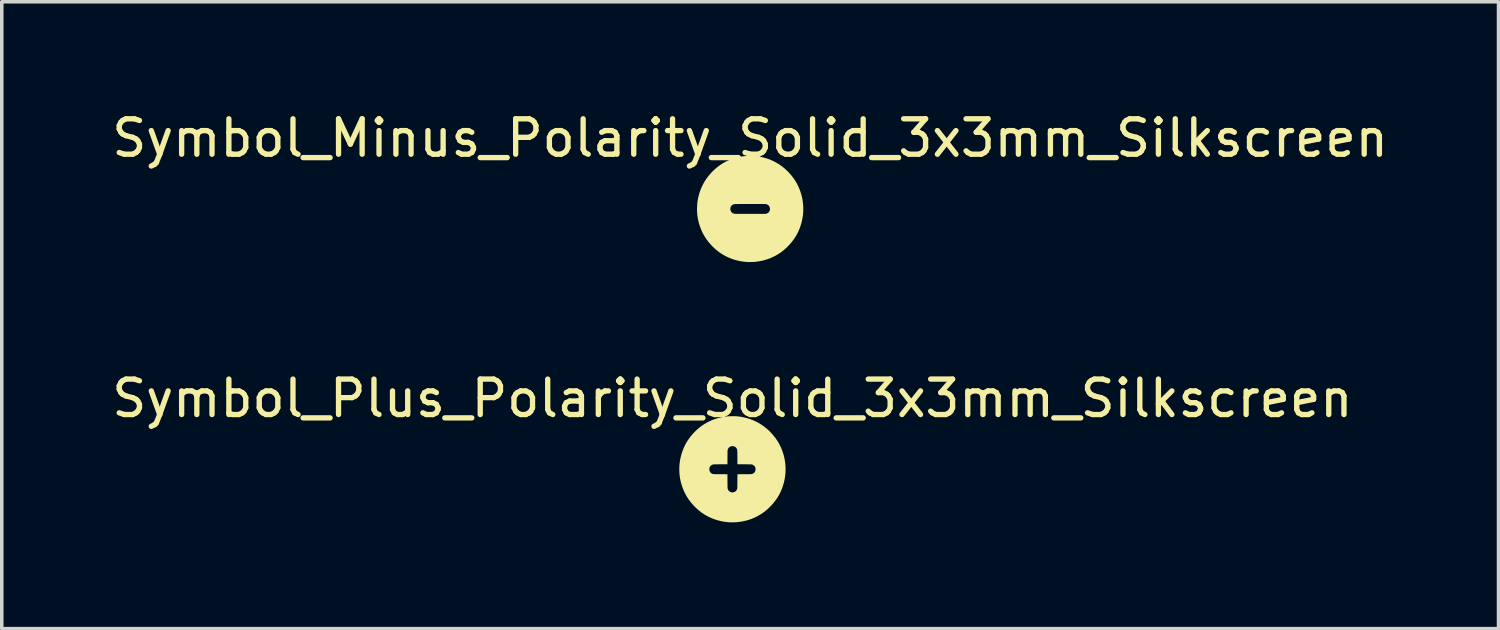
<source format=kicad_pcb>
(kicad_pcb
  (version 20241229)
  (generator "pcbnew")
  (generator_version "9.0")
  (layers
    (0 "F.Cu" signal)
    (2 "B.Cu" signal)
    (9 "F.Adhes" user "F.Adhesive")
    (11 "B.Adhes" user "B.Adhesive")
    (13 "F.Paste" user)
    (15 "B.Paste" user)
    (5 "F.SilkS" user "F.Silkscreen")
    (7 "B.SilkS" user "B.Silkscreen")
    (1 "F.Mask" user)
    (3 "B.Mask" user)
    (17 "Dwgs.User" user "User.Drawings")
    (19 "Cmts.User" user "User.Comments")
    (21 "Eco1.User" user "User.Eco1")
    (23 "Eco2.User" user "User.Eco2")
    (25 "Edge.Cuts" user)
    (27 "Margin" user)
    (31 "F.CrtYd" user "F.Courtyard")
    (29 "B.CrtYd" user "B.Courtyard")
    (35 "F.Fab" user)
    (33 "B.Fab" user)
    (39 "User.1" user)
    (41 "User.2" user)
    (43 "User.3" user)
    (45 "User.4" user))
  (footprint "Symbol_Minus_Polarity_Solid_3x3mm_Silkscreen"
    (layer "F.Cu")
    (at 18.125 2.848)
    (property "Reference" "Symbol_Minus_Polarity_Solid_3x3mm_Silkscreen" (at 0 -2 0) (layer "F.SilkS") (effects (font (size 1 1) (thickness 0.15))))
    (attr exclude_from_pos_files exclude_from_bom allow_missing_courtyard)
    (fp_poly (pts (xy 0.055 -1.498) (xy 0.106 -1.496) (xy 0.155 -1.492) (xy 0.204 -1.486) (xy 0.255 -1.478) (xy 0.295 -1.47) (xy 0.389 -1.449) (xy 0.481 -1.421) (xy 0.57 -1.389) (xy 0.657 -1.35) (xy 0.74 -1.306) (xy 0.821 -1.257) (xy 0.899 -1.202) (xy 0.973 -1.142) (xy 1.043 -1.078) (xy 1.093 -1.027) (xy 1.155 -0.956) (xy 1.211 -0.886) (xy 1.261 -0.814) (xy 1.307 -0.74) (xy 1.347 -0.663) (xy 1.383 -0.584) (xy 1.415 -0.5) (xy 1.443 -0.413) (xy 1.45 -0.388) (xy 1.47 -0.302) (xy 1.485 -0.213) (xy 1.495 -0.123) (xy 1.5 -0.032) (xy 1.499 0.06) (xy 1.493 0.151) (xy 1.481 0.24) (xy 1.464 0.328) (xy 1.45 0.388) (xy 1.422 0.478) (xy 1.391 0.564) (xy 1.356 0.645) (xy 1.316 0.724) (xy 1.271 0.799) (xy 1.22 0.873) (xy 1.165 0.945) (xy 1.103 1.016) (xy 1.094 1.025) (xy 1.026 1.094) (xy 0.954 1.158) (xy 0.879 1.217) (xy 0.801 1.27) (xy 0.719 1.318) (xy 0.635 1.36) (xy 0.548 1.398) (xy 0.458 1.429) (xy 0.365 1.455) (xy 0.271 1.475) (xy 0.174 1.489) (xy 0.144 1.493) (xy 0.129 1.494) (xy 0.11 1.495) (xy 0.088 1.496) (xy 0.064 1.497) (xy 0.039 1.498) (xy 0.014 1.498) (xy -0.01 1.499) (xy -0.031 1.499) (xy -0.049 1.499) (xy -0.062 1.499) (xy -0.067 1.498) (xy -0.075 1.498) (xy -0.087 1.497) (xy -0.103 1.496) (xy -0.12 1.494) (xy -0.127 1.494) (xy -0.215 1.484) (xy -0.304 1.469) (xy -0.394 1.447) (xy -0.482 1.421) (xy -0.568 1.389) (xy -0.652 1.352) (xy -0.714 1.321) (xy -0.788 1.278) (xy -0.861 1.23) (xy -0.932 1.176) (xy -1 1.118) (xy -1.065 1.056) (xy -1.126 0.99) (xy -1.184 0.921) (xy -1.237 0.85) (xy -1.285 0.776) (xy -1.328 0.701) (xy -1.363 0.63) (xy -1.4 0.54) (xy -1.431 0.451) (xy -1.457 0.361) (xy -1.476 0.272) (xy -1.49 0.181) (xy -1.498 0.089) (xy -1.5 -0.000001) (xy -1.5 -0.01) (xy -0.559 -0.01) (xy -0.559 0.016) (xy -0.553 0.042) (xy -0.543 0.066) (xy -0.529 0.088) (xy -0.512 0.106) (xy -0.492 0.12) (xy -0.475 0.127) (xy -0.456 0.133) (xy -0.439 0.138) (xy -0.433 0.138) (xy -0.429 0.139) (xy -0.419 0.139) (xy -0.403 0.139) (xy -0.382 0.139) (xy -0.357 0.139) (xy -0.327 0.139) (xy -0.293 0.139) (xy -0.255 0.139) (xy -0.214 0.139) (xy -0.17 0.139) (xy -0.123 0.139) (xy -0.075 0.139) (xy -0.024 0.139) (xy 0.009 0.139) (xy 0.442 0.139) (xy 0.463 0.132) (xy 0.49 0.121) (xy 0.512 0.106) (xy 0.529 0.089) (xy 0.543 0.067) (xy 0.553 0.041) (xy 0.555 0.036) (xy 0.56 0.009) (xy 0.559 -0.018) (xy 0.555 -0.036) (xy 0.544 -0.064) (xy 0.53 -0.087) (xy 0.513 -0.105) (xy 0.49 -0.12) (xy 0.463 -0.132) (xy 0.458 -0.133) (xy 0.455 -0.134) (xy 0.452 -0.135) (xy 0.448 -0.136) (xy 0.443 -0.136) (xy 0.437 -0.137) (xy 0.429 -0.137) (xy 0.419 -0.137) (xy 0.406 -0.138) (xy 0.391 -0.138) (xy 0.374 -0.138) (xy 0.353 -0.139) (xy 0.328 -0.139) (xy 0.3 -0.139) (xy 0.267 -0.139) (xy 0.23 -0.139) (xy 0.188 -0.139) (xy 0.14 -0.139) (xy 0.088 -0.139) (xy 0.029 -0.139) (xy -0.000001 -0.139) (xy -0.061 -0.139) (xy -0.117 -0.139) (xy -0.166 -0.139) (xy -0.211 -0.139) (xy -0.25 -0.139) (xy -0.285 -0.139) (xy -0.315 -0.139) (xy -0.342 -0.139) (xy -0.364 -0.138) (xy -0.384 -0.138) (xy -0.4 -0.138) (xy -0.413 -0.138) (xy -0.424 -0.137) (xy -0.433 -0.137) (xy -0.44 -0.136) (xy -0.446 -0.136) (xy -0.45 -0.135) (xy -0.453 -0.134) (xy -0.456 -0.134) (xy -0.458 -0.133) (xy -0.486 -0.122) (xy -0.51 -0.108) (xy -0.528 -0.089) (xy -0.543 -0.067) (xy -0.554 -0.04) (xy -0.555 -0.036) (xy -0.559 -0.01) (xy -1.5 -0.01) (xy -1.497 -0.094) (xy -1.489 -0.186) (xy -1.475 -0.276) (xy -1.455 -0.366) (xy -1.43 -0.455) (xy -1.398 -0.544) (xy -1.363 -0.63) (xy -1.325 -0.706) (xy -1.282 -0.781) (xy -1.234 -0.854) (xy -1.18 -0.926) (xy -1.123 -0.994) (xy -1.061 -1.06) (xy -0.996 -1.122) (xy -0.928 -1.179) (xy -0.857 -1.233) (xy -0.784 -1.281) (xy -0.714 -1.321) (xy -0.627 -1.364) (xy -0.538 -1.401) (xy -0.447 -1.432) (xy -0.354 -1.457) (xy -0.295 -1.47) (xy -0.242 -1.48) (xy -0.191 -1.487) (xy -0.143 -1.493) (xy -0.093 -1.496) (xy -0.042 -1.498) (xy -0.000001 -1.498)) (stroke (width 0) (type solid)) (fill yes) (layer "F.SilkS")))
  (footprint "Symbol_Plus_Polarity_Solid_3x3mm_Silkscreen"
    (layer "F.Cu")
    (at 17.625 10.196)
    (property "Reference" "Symbol_Plus_Polarity_Solid_3x3mm_Silkscreen" (at 0 -2 0) (layer "F.SilkS") (effects (font (size 1 1) (thickness 0.15))))
    (attr exclude_from_pos_files exclude_from_bom allow_missing_courtyard)
    (fp_poly (pts (xy 0.055 -1.498) (xy 0.106 -1.496) (xy 0.155 -1.492) (xy 0.204 -1.486) (xy 0.255 -1.478) (xy 0.295 -1.47) (xy 0.389 -1.449) (xy 0.481 -1.421) (xy 0.57 -1.389) (xy 0.657 -1.35) (xy 0.74 -1.306) (xy 0.821 -1.257) (xy 0.899 -1.202) (xy 0.973 -1.142) (xy 1.043 -1.078) (xy 1.093 -1.027) (xy 1.155 -0.956) (xy 1.211 -0.886) (xy 1.261 -0.814) (xy 1.307 -0.74) (xy 1.347 -0.663) (xy 1.383 -0.584) (xy 1.415 -0.5) (xy 1.443 -0.413) (xy 1.45 -0.388) (xy 1.47 -0.302) (xy 1.485 -0.213) (xy 1.495 -0.123) (xy 1.5 -0.032) (xy 1.499 0.06) (xy 1.493 0.151) (xy 1.481 0.24) (xy 1.464 0.328) (xy 1.45 0.388) (xy 1.422 0.478) (xy 1.391 0.564) (xy 1.356 0.645) (xy 1.316 0.724) (xy 1.271 0.799) (xy 1.22 0.873) (xy 1.165 0.945) (xy 1.103 1.016) (xy 1.094 1.025) (xy 1.026 1.094) (xy 0.954 1.158) (xy 0.879 1.217) (xy 0.801 1.27) (xy 0.719 1.318) (xy 0.635 1.36) (xy 0.548 1.398) (xy 0.458 1.429) (xy 0.365 1.455) (xy 0.271 1.475) (xy 0.174 1.489) (xy 0.144 1.493) (xy 0.129 1.494) (xy 0.11 1.495) (xy 0.088 1.496) (xy 0.064 1.497) (xy 0.039 1.498) (xy 0.014 1.498) (xy -0.01 1.499) (xy -0.031 1.499) (xy -0.049 1.499) (xy -0.062 1.499) (xy -0.067 1.498) (xy -0.075 1.498) (xy -0.087 1.497) (xy -0.103 1.496) (xy -0.12 1.494) (xy -0.127 1.494) (xy -0.215 1.484) (xy -0.304 1.469) (xy -0.394 1.447) (xy -0.482 1.421) (xy -0.568 1.389) (xy -0.652 1.352) (xy -0.714 1.321) (xy -0.788 1.278) (xy -0.861 1.23) (xy -0.932 1.176) (xy -1 1.118) (xy -1.065 1.056) (xy -1.126 0.99) (xy -1.184 0.921) (xy -1.237 0.85) (xy -1.285 0.776) (xy -1.328 0.701) (xy -1.363 0.63) (xy -1.4 0.54) (xy -1.431 0.451) (xy -1.457 0.361) (xy -1.476 0.272) (xy -1.49 0.181) (xy -1.498 0.089) (xy -1.5 -0.000001) (xy -1.5 -0.01) (xy -0.653 -0.01) (xy -0.652 0.016) (xy -0.647 0.042) (xy -0.637 0.066) (xy -0.623 0.088) (xy -0.606 0.106) (xy -0.586 0.12) (xy -0.578 0.124) (xy -0.572 0.127) (xy -0.565 0.129) (xy -0.559 0.132) (xy -0.551 0.134) (xy -0.543 0.135) (xy -0.532 0.136) (xy -0.52 0.137) (xy -0.504 0.138) (xy -0.485 0.139) (xy -0.463 0.139) (xy -0.436 0.139) (xy -0.404 0.14) (xy -0.366 0.14) (xy -0.338 0.14) (xy -0.141 0.141) (xy -0.14 0.338) (xy -0.14 0.379) (xy -0.139 0.413) (xy -0.139 0.443) (xy -0.139 0.467) (xy -0.139 0.488) (xy -0.138 0.504) (xy -0.138 0.517) (xy -0.137 0.528) (xy -0.137 0.536) (xy -0.136 0.542) (xy -0.135 0.547) (xy -0.134 0.551) (xy -0.133 0.553) (xy -0.121 0.582) (xy -0.107 0.605) (xy -0.088 0.623) (xy -0.066 0.637) (xy -0.04 0.647) (xy -0.037 0.648) (xy -0.019 0.652) (xy -0.004 0.654) (xy 0.011 0.654) (xy 0.028 0.65) (xy 0.041 0.647) (xy 0.067 0.637) (xy 0.088 0.624) (xy 0.105 0.607) (xy 0.12 0.585) (xy 0.131 0.558) (xy 0.133 0.553) (xy 0.134 0.549) (xy 0.135 0.545) (xy 0.136 0.539) (xy 0.137 0.532) (xy 0.138 0.523) (xy 0.138 0.512) (xy 0.138 0.497) (xy 0.139 0.479) (xy 0.139 0.456) (xy 0.139 0.43) (xy 0.14 0.398) (xy 0.14 0.361) (xy 0.14 0.338) (xy 0.141 0.141) (xy 0.338 0.14) (xy 0.379 0.14) (xy 0.413 0.14) (xy 0.442 0.139) (xy 0.466 0.139) (xy 0.486 0.139) (xy 0.502 0.138) (xy 0.516 0.138) (xy 0.526 0.138) (xy 0.534 0.137) (xy 0.54 0.136) (xy 0.545 0.135) (xy 0.55 0.134) (xy 0.554 0.133) (xy 0.556 0.132) (xy 0.584 0.121) (xy 0.606 0.106) (xy 0.623 0.089) (xy 0.637 0.067) (xy 0.647 0.04) (xy 0.649 0.036) (xy 0.653 0.01) (xy 0.652 -0.016) (xy 0.647 -0.042) (xy 0.637 -0.067) (xy 0.623 -0.089) (xy 0.605 -0.107) (xy 0.585 -0.12) (xy 0.578 -0.124) (xy 0.571 -0.127) (xy 0.565 -0.13) (xy 0.558 -0.132) (xy 0.551 -0.134) (xy 0.542 -0.135) (xy 0.532 -0.136) (xy 0.519 -0.137) (xy 0.503 -0.138) (xy 0.484 -0.139) (xy 0.462 -0.139) (xy 0.434 -0.139) (xy 0.402 -0.14) (xy 0.365 -0.14) (xy 0.338 -0.14) (xy 0.141 -0.141) (xy 0.14 -0.338) (xy 0.14 -0.38) (xy 0.139 -0.415) (xy 0.139 -0.445) (xy 0.139 -0.471) (xy 0.138 -0.492) (xy 0.138 -0.51) (xy 0.137 -0.524) (xy 0.136 -0.536) (xy 0.135 -0.546) (xy 0.133 -0.554) (xy 0.131 -0.561) (xy 0.129 -0.567) (xy 0.126 -0.574) (xy 0.122 -0.581) (xy 0.12 -0.586) (xy 0.106 -0.606) (xy 0.088 -0.623) (xy 0.066 -0.637) (xy 0.041 -0.647) (xy 0.015 -0.652) (xy -0.011 -0.653) (xy -0.036 -0.649) (xy -0.064 -0.638) (xy -0.087 -0.624) (xy -0.105 -0.606) (xy -0.12 -0.584) (xy -0.132 -0.556) (xy -0.133 -0.553) (xy -0.134 -0.549) (xy -0.135 -0.545) (xy -0.136 -0.539) (xy -0.137 -0.532) (xy -0.138 -0.523) (xy -0.138 -0.512) (xy -0.138 -0.497) (xy -0.139 -0.479) (xy -0.139 -0.457) (xy -0.139 -0.43) (xy -0.14 -0.398) (xy -0.14 -0.361) (xy -0.14 -0.338) (xy -0.141 -0.141) (xy -0.338 -0.14) (xy -0.379 -0.14) (xy -0.413 -0.139) (xy -0.443 -0.139) (xy -0.467 -0.139) (xy -0.488 -0.139) (xy -0.504 -0.138) (xy -0.517 -0.138) (xy -0.528 -0.137) (xy -0.536 -0.137) (xy -0.542 -0.136) (xy -0.547 -0.135) (xy -0.551 -0.134) (xy -0.553 -0.133) (xy -0.581 -0.122) (xy -0.604 -0.107) (xy -0.623 -0.089) (xy -0.637 -0.066) (xy -0.648 -0.039) (xy -0.649 -0.036) (xy -0.653 -0.01) (xy -1.5 -0.01) (xy -1.497 -0.094) (xy -1.489 -0.186) (xy -1.475 -0.276) (xy -1.455 -0.366) (xy -1.43 -0.455) (xy -1.398 -0.544) (xy -1.363 -0.63) (xy -1.325 -0.706) (xy -1.282 -0.781) (xy -1.234 -0.854) (xy -1.18 -0.926) (xy -1.123 -0.994) (xy -1.061 -1.06) (xy -0.996 -1.122) (xy -0.928 -1.179) (xy -0.857 -1.233) (xy -0.784 -1.281) (xy -0.714 -1.321) (xy -0.627 -1.364) (xy -0.538 -1.401) (xy -0.447 -1.432) (xy -0.354 -1.457) (xy -0.295 -1.47) (xy -0.242 -1.48) (xy -0.191 -1.487) (xy -0.143 -1.493) (xy -0.093 -1.496) (xy -0.042 -1.498) (xy -0.000001 -1.498)) (stroke (width 0) (type solid)) (fill yes) (layer "F.SilkS")))
  (gr_rect
    (start -3 -3)
    (end 39.25 14.695)
    (stroke (width 0.1) (type default))
    (fill no)
    (layer "Edge.Cuts")))
</source>
